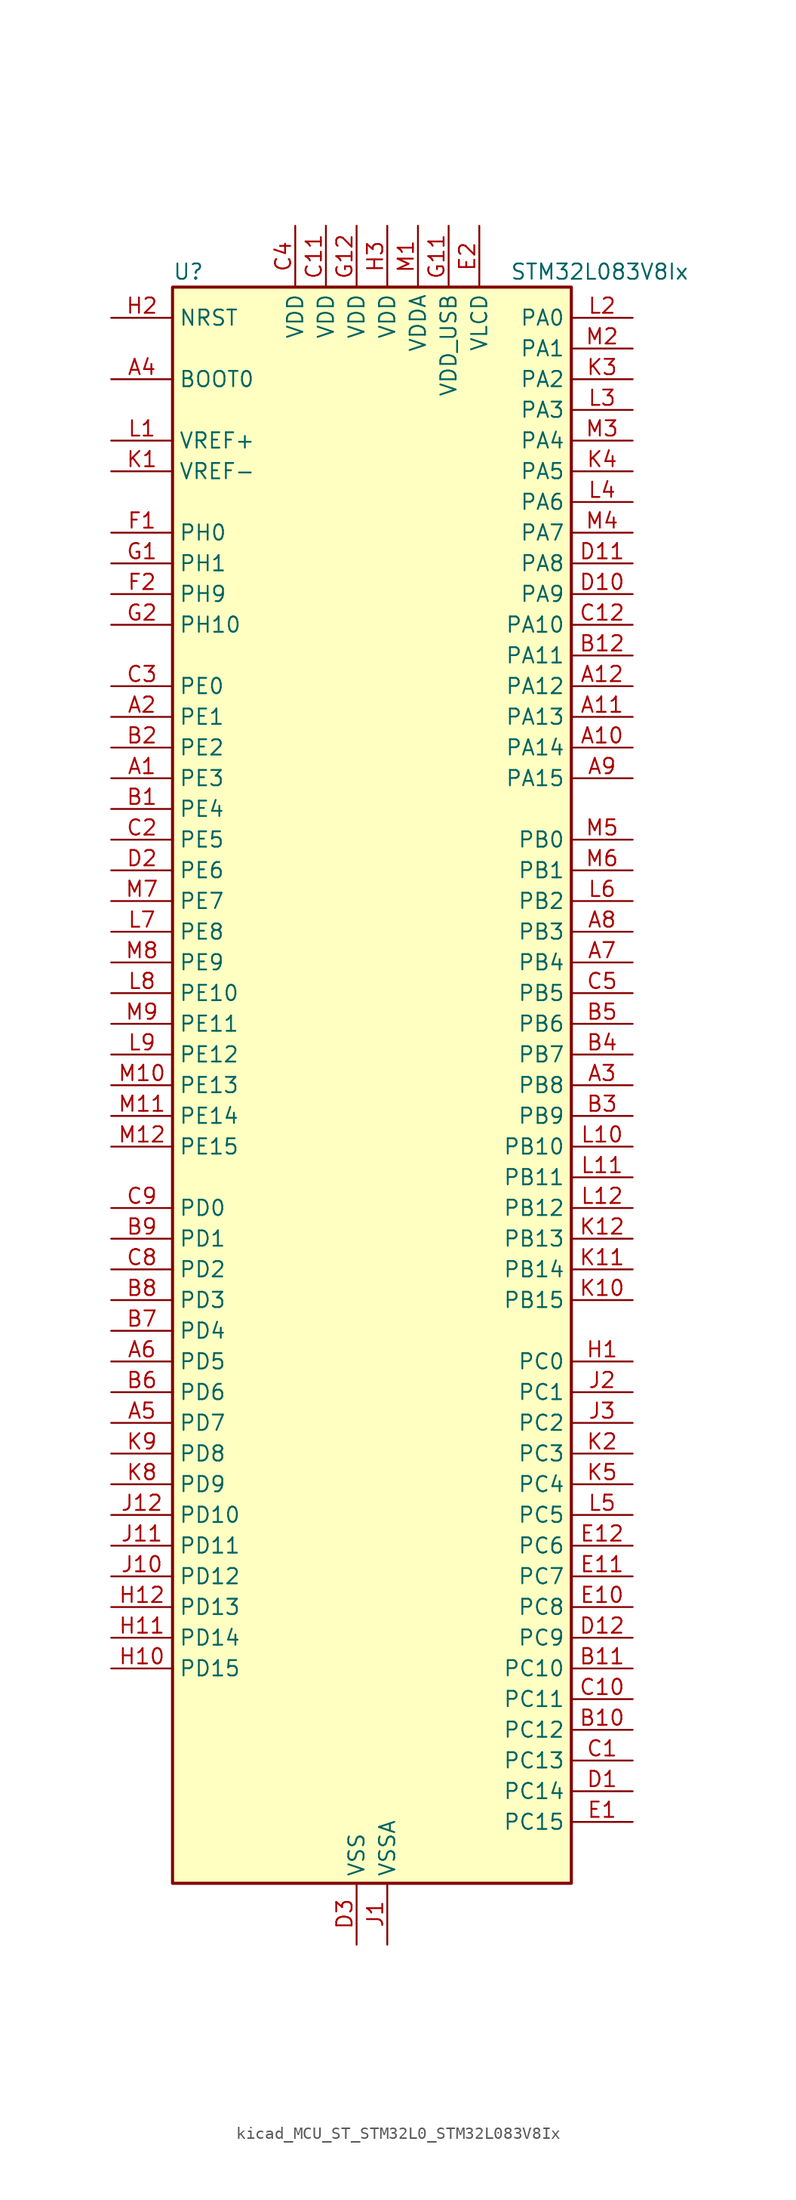
<source format=kicad_sym>
(kicad_symbol_lib
  (version 20220914)
  (generator kicad_symbol_editor)
  (symbol "kicad_MCU_ST_STM32L0_STM32L083V8Ix"
    (property "Reference" "U"
      (at -15.24 67.31 0)
      (effects (font (size 1.27 1.27)) (justify left)))
    (property "Value" "STM32L083V8Ix"
      (at 12.7 67.31 0)
      (effects (font (size 1.27 1.27)) (justify left)))
    (property "ki_locked" ""
      (at 0 0 0)
      (effects (font (size 1.27 1.27))))
    (symbol "kicad_MCU_ST_STM32L0_STM32L083V8Ix_0_1"
      (rectangle (start -15.24 -66.04) (end 17.78 66.04) (stroke (width 0.254) (type default)) (fill (type background))))
    (symbol "kicad_MCU_ST_STM32L0_STM32L083V8Ix_1_1"
      (pin bidirectional line (at -20.32 25.4 0) (length 5.08) (name "PE3" (effects (font (size 1.27 1.27)))) (number "A1" (effects (font (size 1.27 1.27)))) (alternate "LCD_SEG39" bidirectional line) (alternate "TIM22_CH1" bidirectional line) (alternate "TIM3_CH1" bidirectional line))
      (pin bidirectional line (at 22.86 27.94 180) (length 5.08) (name "PA14" (effects (font (size 1.27 1.27)))) (number "A10" (effects (font (size 1.27 1.27)))) (alternate "LPUART1_TX" bidirectional line) (alternate "SYS_SWCLK" bidirectional line) (alternate "USART2_TX" bidirectional line))
      (pin bidirectional line (at 22.86 30.48 180) (length 5.08) (name "PA13" (effects (font (size 1.27 1.27)))) (number "A11" (effects (font (size 1.27 1.27)))) (alternate "LPUART1_RX" bidirectional line) (alternate "SYS_SWDIO" bidirectional line) (alternate "USB_NOE" bidirectional line))
      (pin bidirectional line (at 22.86 33.02 180) (length 5.08) (name "PA12" (effects (font (size 1.27 1.27)))) (number "A12" (effects (font (size 1.27 1.27)))) (alternate "COMP2_OUT" bidirectional line) (alternate "SPI1_MOSI" bidirectional line) (alternate "TSC_G4_IO4" bidirectional line) (alternate "USART1_DE" bidirectional line) (alternate "USART1_RTS" bidirectional line) (alternate "USB_DP" bidirectional line))
      (pin bidirectional line (at -20.32 30.48 0) (length 5.08) (name "PE1" (effects (font (size 1.27 1.27)))) (number "A2" (effects (font (size 1.27 1.27)))) (alternate "LCD_SEG37" bidirectional line))
      (pin bidirectional line (at 22.86 0 180) (length 5.08) (name "PB8" (effects (font (size 1.27 1.27)))) (number "A3" (effects (font (size 1.27 1.27)))) (alternate "I2C1_SCL" bidirectional line) (alternate "LCD_SEG16" bidirectional line) (alternate "TSC_SYNC" bidirectional line))
      (pin input line (at -20.32 58.42 0) (length 5.08) (name "BOOT0" (effects (font (size 1.27 1.27)))) (number "A4" (effects (font (size 1.27 1.27)))))
      (pin bidirectional line (at -20.32 -27.94 0) (length 5.08) (name "PD7" (effects (font (size 1.27 1.27)))) (number "A5" (effects (font (size 1.27 1.27)))) (alternate "TIM21_CH2" bidirectional line) (alternate "USART2_CK" bidirectional line))
      (pin bidirectional line (at -20.32 -22.86 0) (length 5.08) (name "PD5" (effects (font (size 1.27 1.27)))) (number "A6" (effects (font (size 1.27 1.27)))) (alternate "USART2_TX" bidirectional line))
      (pin bidirectional line (at 22.86 10.16 180) (length 5.08) (name "PB4" (effects (font (size 1.27 1.27)))) (number "A7" (effects (font (size 1.27 1.27)))) (alternate "COMP2_INP" bidirectional line) (alternate "I2C3_SDA" bidirectional line) (alternate "LCD_SEG8" bidirectional line) (alternate "SPI1_MISO" bidirectional line) (alternate "TIM22_CH1" bidirectional line) (alternate "TIM3_CH1" bidirectional line) (alternate "TSC_G5_IO2" bidirectional line) (alternate "USART1_CTS" bidirectional line) (alternate "USART5_RX" bidirectional line))
      (pin bidirectional line (at 22.86 12.7 180) (length 5.08) (name "PB3" (effects (font (size 1.27 1.27)))) (number "A8" (effects (font (size 1.27 1.27)))) (alternate "COMP2_INM" bidirectional line) (alternate "LCD_SEG7" bidirectional line) (alternate "SPI1_SCK" bidirectional line) (alternate "TIM2_CH2" bidirectional line) (alternate "TSC_G5_IO1" bidirectional line) (alternate "USART1_DE" bidirectional line) (alternate "USART1_RTS" bidirectional line) (alternate "USART5_TX" bidirectional line))
      (pin bidirectional line (at 22.86 25.4 180) (length 5.08) (name "PA15" (effects (font (size 1.27 1.27)))) (number "A9" (effects (font (size 1.27 1.27)))) (alternate "LCD_SEG17" bidirectional line) (alternate "SPI1_NSS" bidirectional line) (alternate "TIM2_CH1" bidirectional line) (alternate "TIM2_ETR" bidirectional line) (alternate "USART2_RX" bidirectional line) (alternate "USART4_DE" bidirectional line) (alternate "USART4_RTS" bidirectional line))
      (pin bidirectional line (at -20.32 22.86 0) (length 5.08) (name "PE4" (effects (font (size 1.27 1.27)))) (number "B1" (effects (font (size 1.27 1.27)))) (alternate "TIM22_CH2" bidirectional line) (alternate "TIM3_CH2" bidirectional line))
      (pin bidirectional line (at 22.86 -53.34 180) (length 5.08) (name "PC12" (effects (font (size 1.27 1.27)))) (number "B10" (effects (font (size 1.27 1.27)))) (alternate "LCD_COM6" bidirectional line) (alternate "LCD_SEG30" bidirectional line) (alternate "LCD_SEG50" bidirectional line) (alternate "USART4_CK" bidirectional line) (alternate "USART5_TX" bidirectional line))
      (pin bidirectional line (at 22.86 -48.26 180) (length 5.08) (name "PC10" (effects (font (size 1.27 1.27)))) (number "B11" (effects (font (size 1.27 1.27)))) (alternate "LCD_COM4" bidirectional line) (alternate "LCD_SEG28" bidirectional line) (alternate "LCD_SEG48" bidirectional line) (alternate "LPUART1_TX" bidirectional line) (alternate "USART4_TX" bidirectional line))
      (pin bidirectional line (at 22.86 35.56 180) (length 5.08) (name "PA11" (effects (font (size 1.27 1.27)))) (number "B12" (effects (font (size 1.27 1.27)))) (alternate "ADC_EXTI11" bidirectional line) (alternate "COMP1_OUT" bidirectional line) (alternate "SPI1_MISO" bidirectional line) (alternate "TSC_G4_IO3" bidirectional line) (alternate "USART1_CTS" bidirectional line) (alternate "USB_DM" bidirectional line))
      (pin bidirectional line (at -20.32 27.94 0) (length 5.08) (name "PE2" (effects (font (size 1.27 1.27)))) (number "B2" (effects (font (size 1.27 1.27)))) (alternate "LCD_SEG38" bidirectional line) (alternate "TIM3_ETR" bidirectional line))
      (pin bidirectional line (at 22.86 -2.54 180) (length 5.08) (name "PB9" (effects (font (size 1.27 1.27)))) (number "B3" (effects (font (size 1.27 1.27)))) (alternate "DAC_EXTI9" bidirectional line) (alternate "I2C1_SDA" bidirectional line) (alternate "I2S2_WS" bidirectional line) (alternate "LCD_COM3" bidirectional line) (alternate "SPI2_NSS" bidirectional line))
      (pin bidirectional line (at 22.86 2.54 180) (length 5.08) (name "PB7" (effects (font (size 1.27 1.27)))) (number "B4" (effects (font (size 1.27 1.27)))) (alternate "COMP2_INP" bidirectional line) (alternate "I2C1_SDA" bidirectional line) (alternate "LPTIM1_IN2" bidirectional line) (alternate "SYS_PVD_IN" bidirectional line) (alternate "TSC_G5_IO4" bidirectional line) (alternate "USART1_RX" bidirectional line) (alternate "USART4_CTS" bidirectional line))
      (pin bidirectional line (at 22.86 5.08 180) (length 5.08) (name "PB6" (effects (font (size 1.27 1.27)))) (number "B5" (effects (font (size 1.27 1.27)))) (alternate "COMP2_INP" bidirectional line) (alternate "I2C1_SCL" bidirectional line) (alternate "LPTIM1_ETR" bidirectional line) (alternate "TSC_G5_IO3" bidirectional line) (alternate "USART1_TX" bidirectional line))
      (pin bidirectional line (at -20.32 -25.4 0) (length 5.08) (name "PD6" (effects (font (size 1.27 1.27)))) (number "B6" (effects (font (size 1.27 1.27)))) (alternate "USART2_RX" bidirectional line))
      (pin bidirectional line (at -20.32 -20.32 0) (length 5.08) (name "PD4" (effects (font (size 1.27 1.27)))) (number "B7" (effects (font (size 1.27 1.27)))) (alternate "I2S2_SD" bidirectional line) (alternate "SPI2_MOSI" bidirectional line) (alternate "USART2_DE" bidirectional line) (alternate "USART2_RTS" bidirectional line))
      (pin bidirectional line (at -20.32 -17.78 0) (length 5.08) (name "PD3" (effects (font (size 1.27 1.27)))) (number "B8" (effects (font (size 1.27 1.27)))) (alternate "I2S2_MCK" bidirectional line) (alternate "LCD_SEG44" bidirectional line) (alternate "SPI2_MISO" bidirectional line) (alternate "USART2_CTS" bidirectional line))
      (pin bidirectional line (at -20.32 -12.7 0) (length 5.08) (name "PD1" (effects (font (size 1.27 1.27)))) (number "B9" (effects (font (size 1.27 1.27)))) (alternate "I2S2_CK" bidirectional line) (alternate "SPI2_SCK" bidirectional line))
      (pin bidirectional line (at 22.86 -55.88 180) (length 5.08) (name "PC13" (effects (font (size 1.27 1.27)))) (number "C1" (effects (font (size 1.27 1.27)))) (alternate "RTC_OUT_ALARM" bidirectional line) (alternate "RTC_OUT_CALIB" bidirectional line) (alternate "RTC_TAMP1" bidirectional line) (alternate "RTC_TS" bidirectional line) (alternate "SYS_WKUP2" bidirectional line))
      (pin bidirectional line (at 22.86 -50.8 180) (length 5.08) (name "PC11" (effects (font (size 1.27 1.27)))) (number "C10" (effects (font (size 1.27 1.27)))) (alternate "ADC_EXTI11" bidirectional line) (alternate "LCD_COM5" bidirectional line) (alternate "LCD_SEG29" bidirectional line) (alternate "LCD_SEG49" bidirectional line) (alternate "LPUART1_RX" bidirectional line) (alternate "USART4_RX" bidirectional line))
      (pin power_in line (at -2.54 71.12 270) (length 5.08) (name "VDD" (effects (font (size 1.27 1.27)))) (number "C11" (effects (font (size 1.27 1.27)))))
      (pin bidirectional line (at 22.86 38.1 180) (length 5.08) (name "PA10" (effects (font (size 1.27 1.27)))) (number "C12" (effects (font (size 1.27 1.27)))) (alternate "I2C1_SDA" bidirectional line) (alternate "LCD_COM2" bidirectional line) (alternate "TSC_G4_IO2" bidirectional line) (alternate "USART1_RX" bidirectional line))
      (pin bidirectional line (at -20.32 20.32 0) (length 5.08) (name "PE5" (effects (font (size 1.27 1.27)))) (number "C2" (effects (font (size 1.27 1.27)))) (alternate "TIM21_CH1" bidirectional line) (alternate "TIM3_CH3" bidirectional line))
      (pin bidirectional line (at -20.32 33.02 0) (length 5.08) (name "PE0" (effects (font (size 1.27 1.27)))) (number "C3" (effects (font (size 1.27 1.27)))) (alternate "LCD_SEG36" bidirectional line))
      (pin power_in line (at -5.08 71.12 270) (length 5.08) (name "VDD" (effects (font (size 1.27 1.27)))) (number "C4" (effects (font (size 1.27 1.27)))))
      (pin bidirectional line (at 22.86 7.62 180) (length 5.08) (name "PB5" (effects (font (size 1.27 1.27)))) (number "C5" (effects (font (size 1.27 1.27)))) (alternate "COMP2_INP" bidirectional line) (alternate "I2C1_SMBA" bidirectional line) (alternate "LCD_SEG9" bidirectional line) (alternate "LPTIM1_IN1" bidirectional line) (alternate "SPI1_MOSI" bidirectional line) (alternate "TIM22_CH2" bidirectional line) (alternate "TIM3_CH2" bidirectional line) (alternate "USART1_CK" bidirectional line) (alternate "USART5_CK" bidirectional line) (alternate "USART5_DE" bidirectional line) (alternate "USART5_RTS" bidirectional line))
      (pin bidirectional line (at -20.32 -15.24 0) (length 5.08) (name "PD2" (effects (font (size 1.27 1.27)))) (number "C8" (effects (font (size 1.27 1.27)))) (alternate "LCD_COM7" bidirectional line) (alternate "LCD_SEG31" bidirectional line) (alternate "LCD_SEG51" bidirectional line) (alternate "LPUART1_DE" bidirectional line) (alternate "LPUART1_RTS" bidirectional line) (alternate "TIM3_ETR" bidirectional line) (alternate "USART5_RX" bidirectional line))
      (pin bidirectional line (at -20.32 -10.16 0) (length 5.08) (name "PD0" (effects (font (size 1.27 1.27)))) (number "C9" (effects (font (size 1.27 1.27)))) (alternate "I2S2_WS" bidirectional line) (alternate "SPI2_NSS" bidirectional line) (alternate "TIM21_CH1" bidirectional line))
      (pin bidirectional line (at 22.86 -58.42 180) (length 5.08) (name "PC14" (effects (font (size 1.27 1.27)))) (number "D1" (effects (font (size 1.27 1.27)))) (alternate "RCC_OSC32_IN" bidirectional line))
      (pin bidirectional line (at 22.86 40.64 180) (length 5.08) (name "PA9" (effects (font (size 1.27 1.27)))) (number "D10" (effects (font (size 1.27 1.27)))) (alternate "DAC_EXTI9" bidirectional line) (alternate "I2C1_SCL" bidirectional line) (alternate "I2C3_SMBA" bidirectional line) (alternate "LCD_COM1" bidirectional line) (alternate "RCC_MCO" bidirectional line) (alternate "TSC_G4_IO1" bidirectional line) (alternate "USART1_TX" bidirectional line))
      (pin bidirectional line (at 22.86 43.18 180) (length 5.08) (name "PA8" (effects (font (size 1.27 1.27)))) (number "D11" (effects (font (size 1.27 1.27)))) (alternate "CRS_SYNC" bidirectional line) (alternate "I2C3_SCL" bidirectional line) (alternate "LCD_COM0" bidirectional line) (alternate "RCC_MCO" bidirectional line) (alternate "USART1_CK" bidirectional line))
      (pin bidirectional line (at 22.86 -45.72 180) (length 5.08) (name "PC9" (effects (font (size 1.27 1.27)))) (number "D12" (effects (font (size 1.27 1.27)))) (alternate "DAC_EXTI9" bidirectional line) (alternate "I2C3_SDA" bidirectional line) (alternate "LCD_SEG27" bidirectional line) (alternate "TIM21_ETR" bidirectional line) (alternate "TIM3_CH4" bidirectional line) (alternate "TSC_G8_IO4" bidirectional line) (alternate "USB_NOE" bidirectional line))
      (pin bidirectional line (at -20.32 17.78 0) (length 5.08) (name "PE6" (effects (font (size 1.27 1.27)))) (number "D2" (effects (font (size 1.27 1.27)))) (alternate "RTC_TAMP3" bidirectional line) (alternate "SYS_WKUP3" bidirectional line) (alternate "TIM21_CH2" bidirectional line) (alternate "TIM3_CH4" bidirectional line))
      (pin power_in line (at 0 -71.12 90) (length 5.08) (name "VSS" (effects (font (size 1.27 1.27)))) (number "D3" (effects (font (size 1.27 1.27)))))
      (pin bidirectional line (at 22.86 -60.96 180) (length 5.08) (name "PC15" (effects (font (size 1.27 1.27)))) (number "E1" (effects (font (size 1.27 1.27)))) (alternate "RCC_OSC32_OUT" bidirectional line))
      (pin bidirectional line (at 22.86 -43.18 180) (length 5.08) (name "PC8" (effects (font (size 1.27 1.27)))) (number "E10" (effects (font (size 1.27 1.27)))) (alternate "LCD_SEG26" bidirectional line) (alternate "TIM22_ETR" bidirectional line) (alternate "TIM3_CH3" bidirectional line) (alternate "TSC_G8_IO3" bidirectional line))
      (pin bidirectional line (at 22.86 -40.64 180) (length 5.08) (name "PC7" (effects (font (size 1.27 1.27)))) (number "E11" (effects (font (size 1.27 1.27)))) (alternate "LCD_SEG25" bidirectional line) (alternate "TIM22_CH2" bidirectional line) (alternate "TIM3_CH2" bidirectional line) (alternate "TSC_G8_IO2" bidirectional line))
      (pin bidirectional line (at 22.86 -38.1 180) (length 5.08) (name "PC6" (effects (font (size 1.27 1.27)))) (number "E12" (effects (font (size 1.27 1.27)))) (alternate "LCD_SEG24" bidirectional line) (alternate "TIM22_CH1" bidirectional line) (alternate "TIM3_CH1" bidirectional line) (alternate "TSC_G8_IO1" bidirectional line))
      (pin power_in line (at 10.16 71.12 270) (length 5.08) (name "VLCD" (effects (font (size 1.27 1.27)))) (number "E2" (effects (font (size 1.27 1.27)))))
      (pin passive line (at 0 -71.12 90) (length 5.08) hide (name "VSS" (effects (font (size 1.27 1.27)))) (number "E3" (effects (font (size 1.27 1.27)))))
      (pin bidirectional line (at -20.32 45.72 0) (length 5.08) (name "PH0" (effects (font (size 1.27 1.27)))) (number "F1" (effects (font (size 1.27 1.27)))) (alternate "CRS_SYNC" bidirectional line) (alternate "RCC_OSC_IN" bidirectional line))
      (pin passive line (at 0 -71.12 90) (length 5.08) hide (name "VSS" (effects (font (size 1.27 1.27)))) (number "F11" (effects (font (size 1.27 1.27)))))
      (pin passive line (at 0 -71.12 90) (length 5.08) hide (name "VSS" (effects (font (size 1.27 1.27)))) (number "F12" (effects (font (size 1.27 1.27)))))
      (pin bidirectional line (at -20.32 40.64 0) (length 5.08) (name "PH9" (effects (font (size 1.27 1.27)))) (number "F2" (effects (font (size 1.27 1.27)))) (alternate "DAC_EXTI9" bidirectional line))
      (pin bidirectional line (at -20.32 43.18 0) (length 5.08) (name "PH1" (effects (font (size 1.27 1.27)))) (number "G1" (effects (font (size 1.27 1.27)))) (alternate "RCC_OSC_OUT" bidirectional line))
      (pin power_in line (at 7.62 71.12 270) (length 5.08) (name "VDD_USB" (effects (font (size 1.27 1.27)))) (number "G11" (effects (font (size 1.27 1.27)))))
      (pin power_in line (at 0 71.12 270) (length 5.08) (name "VDD" (effects (font (size 1.27 1.27)))) (number "G12" (effects (font (size 1.27 1.27)))))
      (pin bidirectional line (at -20.32 38.1 0) (length 5.08) (name "PH10" (effects (font (size 1.27 1.27)))) (number "G2" (effects (font (size 1.27 1.27)))))
      (pin bidirectional line (at 22.86 -22.86 180) (length 5.08) (name "PC0" (effects (font (size 1.27 1.27)))) (number "H1" (effects (font (size 1.27 1.27)))) (alternate "ADC_IN10" bidirectional line) (alternate "I2C3_SCL" bidirectional line) (alternate "LCD_SEG18" bidirectional line) (alternate "LPTIM1_IN1" bidirectional line) (alternate "LPUART1_RX" bidirectional line) (alternate "TSC_G7_IO1" bidirectional line))
      (pin bidirectional line (at -20.32 -48.26 0) (length 5.08) (name "PD15" (effects (font (size 1.27 1.27)))) (number "H10" (effects (font (size 1.27 1.27)))) (alternate "CRS_SYNC" bidirectional line) (alternate "LCD_SEG35" bidirectional line))
      (pin bidirectional line (at -20.32 -45.72 0) (length 5.08) (name "PD14" (effects (font (size 1.27 1.27)))) (number "H11" (effects (font (size 1.27 1.27)))) (alternate "LCD_SEG34" bidirectional line))
      (pin bidirectional line (at -20.32 -43.18 0) (length 5.08) (name "PD13" (effects (font (size 1.27 1.27)))) (number "H12" (effects (font (size 1.27 1.27)))) (alternate "LCD_SEG33" bidirectional line))
      (pin input line (at -20.32 63.5 0) (length 5.08) (name "NRST" (effects (font (size 1.27 1.27)))) (number "H2" (effects (font (size 1.27 1.27)))))
      (pin power_in line (at 2.54 71.12 270) (length 5.08) (name "VDD" (effects (font (size 1.27 1.27)))) (number "H3" (effects (font (size 1.27 1.27)))))
      (pin power_in line (at 2.54 -71.12 90) (length 5.08) (name "VSSA" (effects (font (size 1.27 1.27)))) (number "J1" (effects (font (size 1.27 1.27)))))
      (pin bidirectional line (at -20.32 -40.64 0) (length 5.08) (name "PD12" (effects (font (size 1.27 1.27)))) (number "J10" (effects (font (size 1.27 1.27)))) (alternate "LCD_SEG32" bidirectional line) (alternate "LPUART1_DE" bidirectional line) (alternate "LPUART1_RTS" bidirectional line))
      (pin bidirectional line (at -20.32 -38.1 0) (length 5.08) (name "PD11" (effects (font (size 1.27 1.27)))) (number "J11" (effects (font (size 1.27 1.27)))) (alternate "ADC_EXTI11" bidirectional line) (alternate "LCD_SEG31" bidirectional line) (alternate "LPUART1_CTS" bidirectional line))
      (pin bidirectional line (at -20.32 -35.56 0) (length 5.08) (name "PD10" (effects (font (size 1.27 1.27)))) (number "J12" (effects (font (size 1.27 1.27)))) (alternate "LCD_SEG30" bidirectional line))
      (pin bidirectional line (at 22.86 -25.4 180) (length 5.08) (name "PC1" (effects (font (size 1.27 1.27)))) (number "J2" (effects (font (size 1.27 1.27)))) (alternate "ADC_IN11" bidirectional line) (alternate "I2C3_SDA" bidirectional line) (alternate "LCD_SEG19" bidirectional line) (alternate "LPTIM1_OUT" bidirectional line) (alternate "LPUART1_TX" bidirectional line) (alternate "TSC_G7_IO2" bidirectional line))
      (pin bidirectional line (at 22.86 -27.94 180) (length 5.08) (name "PC2" (effects (font (size 1.27 1.27)))) (number "J3" (effects (font (size 1.27 1.27)))) (alternate "ADC_IN12" bidirectional line) (alternate "I2S2_MCK" bidirectional line) (alternate "LCD_SEG20" bidirectional line) (alternate "LPTIM1_IN2" bidirectional line) (alternate "SPI2_MISO" bidirectional line) (alternate "TSC_G7_IO3" bidirectional line))
      (pin input line (at -20.32 50.8 0) (length 5.08) (name "VREF-" (effects (font (size 1.27 1.27)))) (number "K1" (effects (font (size 1.27 1.27)))))
      (pin bidirectional line (at 22.86 -17.78 180) (length 5.08) (name "PB15" (effects (font (size 1.27 1.27)))) (number "K10" (effects (font (size 1.27 1.27)))) (alternate "I2S2_SD" bidirectional line) (alternate "LCD_SEG15" bidirectional line) (alternate "RTC_REFIN" bidirectional line) (alternate "SPI2_MOSI" bidirectional line))
      (pin bidirectional line (at 22.86 -15.24 180) (length 5.08) (name "PB14" (effects (font (size 1.27 1.27)))) (number "K11" (effects (font (size 1.27 1.27)))) (alternate "I2C2_SDA" bidirectional line) (alternate "I2S2_MCK" bidirectional line) (alternate "LCD_SEG14" bidirectional line) (alternate "LPUART1_DE" bidirectional line) (alternate "LPUART1_RTS" bidirectional line) (alternate "RTC_OUT_ALARM" bidirectional line) (alternate "RTC_OUT_CALIB" bidirectional line) (alternate "SPI2_MISO" bidirectional line) (alternate "TIM21_CH2" bidirectional line) (alternate "TSC_G6_IO4" bidirectional line))
      (pin bidirectional line (at 22.86 -12.7 180) (length 5.08) (name "PB13" (effects (font (size 1.27 1.27)))) (number "K12" (effects (font (size 1.27 1.27)))) (alternate "I2C2_SCL" bidirectional line) (alternate "I2S2_CK" bidirectional line) (alternate "LCD_SEG13" bidirectional line) (alternate "LPUART1_CTS" bidirectional line) (alternate "RCC_MCO" bidirectional line) (alternate "SPI2_SCK" bidirectional line) (alternate "TIM21_CH1" bidirectional line) (alternate "TSC_G6_IO3" bidirectional line))
      (pin bidirectional line (at 22.86 -30.48 180) (length 5.08) (name "PC3" (effects (font (size 1.27 1.27)))) (number "K2" (effects (font (size 1.27 1.27)))) (alternate "ADC_IN13" bidirectional line) (alternate "I2S2_SD" bidirectional line) (alternate "LCD_SEG21" bidirectional line) (alternate "LPTIM1_ETR" bidirectional line) (alternate "SPI2_MOSI" bidirectional line) (alternate "TSC_G7_IO4" bidirectional line))
      (pin bidirectional line (at 22.86 58.42 180) (length 5.08) (name "PA2" (effects (font (size 1.27 1.27)))) (number "K3" (effects (font (size 1.27 1.27)))) (alternate "ADC_IN2" bidirectional line) (alternate "COMP2_INM" bidirectional line) (alternate "COMP2_OUT" bidirectional line) (alternate "LCD_SEG1" bidirectional line) (alternate "LPUART1_TX" bidirectional line) (alternate "TIM21_CH1" bidirectional line) (alternate "TIM2_CH3" bidirectional line) (alternate "TSC_G1_IO3" bidirectional line) (alternate "USART2_TX" bidirectional line))
      (pin bidirectional line (at 22.86 50.8 180) (length 5.08) (name "PA5" (effects (font (size 1.27 1.27)))) (number "K4" (effects (font (size 1.27 1.27)))) (alternate "ADC_IN5" bidirectional line) (alternate "COMP1_INM" bidirectional line) (alternate "COMP2_INM" bidirectional line) (alternate "DAC_OUT2" bidirectional line) (alternate "SPI1_SCK" bidirectional line) (alternate "TIM2_CH1" bidirectional line) (alternate "TIM2_ETR" bidirectional line) (alternate "TSC_G2_IO2" bidirectional line))
      (pin bidirectional line (at 22.86 -33.02 180) (length 5.08) (name "PC4" (effects (font (size 1.27 1.27)))) (number "K5" (effects (font (size 1.27 1.27)))) (alternate "ADC_IN14" bidirectional line) (alternate "LCD_SEG22" bidirectional line) (alternate "LPUART1_TX" bidirectional line))
      (pin bidirectional line (at -20.32 -33.02 0) (length 5.08) (name "PD9" (effects (font (size 1.27 1.27)))) (number "K8" (effects (font (size 1.27 1.27)))) (alternate "DAC_EXTI9" bidirectional line) (alternate "LCD_SEG29" bidirectional line) (alternate "LPUART1_RX" bidirectional line))
      (pin bidirectional line (at -20.32 -30.48 0) (length 5.08) (name "PD8" (effects (font (size 1.27 1.27)))) (number "K9" (effects (font (size 1.27 1.27)))) (alternate "LCD_SEG28" bidirectional line) (alternate "LPUART1_TX" bidirectional line))
      (pin input line (at -20.32 53.34 0) (length 5.08) (name "VREF+" (effects (font (size 1.27 1.27)))) (number "L1" (effects (font (size 1.27 1.27)))))
      (pin bidirectional line (at 22.86 -5.08 180) (length 5.08) (name "PB10" (effects (font (size 1.27 1.27)))) (number "L10" (effects (font (size 1.27 1.27)))) (alternate "I2C2_SCL" bidirectional line) (alternate "LCD_SEG10" bidirectional line) (alternate "LPUART1_RX" bidirectional line) (alternate "LPUART1_TX" bidirectional line) (alternate "SPI2_SCK" bidirectional line) (alternate "TIM2_CH3" bidirectional line) (alternate "TSC_SYNC" bidirectional line))
      (pin bidirectional line (at 22.86 -7.62 180) (length 5.08) (name "PB11" (effects (font (size 1.27 1.27)))) (number "L11" (effects (font (size 1.27 1.27)))) (alternate "ADC_EXTI11" bidirectional line) (alternate "I2C2_SDA" bidirectional line) (alternate "LCD_SEG11" bidirectional line) (alternate "LPUART1_RX" bidirectional line) (alternate "LPUART1_TX" bidirectional line) (alternate "TIM2_CH4" bidirectional line) (alternate "TSC_G6_IO1" bidirectional line))
      (pin bidirectional line (at 22.86 -10.16 180) (length 5.08) (name "PB12" (effects (font (size 1.27 1.27)))) (number "L12" (effects (font (size 1.27 1.27)))) (alternate "I2S2_WS" bidirectional line) (alternate "LCD_SEG12" bidirectional line) (alternate "LCD_VLCD2" bidirectional line) (alternate "LPUART1_DE" bidirectional line) (alternate "LPUART1_RTS" bidirectional line) (alternate "SPI2_NSS" bidirectional line) (alternate "TSC_G6_IO2" bidirectional line))
      (pin bidirectional line (at 22.86 63.5 180) (length 5.08) (name "PA0" (effects (font (size 1.27 1.27)))) (number "L2" (effects (font (size 1.27 1.27)))) (alternate "ADC_IN0" bidirectional line) (alternate "COMP1_INM" bidirectional line) (alternate "COMP1_OUT" bidirectional line) (alternate "RTC_TAMP2" bidirectional line) (alternate "SYS_WKUP1" bidirectional line) (alternate "TIM2_CH1" bidirectional line) (alternate "TIM2_ETR" bidirectional line) (alternate "TSC_G1_IO1" bidirectional line) (alternate "USART2_CTS" bidirectional line) (alternate "USART4_TX" bidirectional line))
      (pin bidirectional line (at 22.86 55.88 180) (length 5.08) (name "PA3" (effects (font (size 1.27 1.27)))) (number "L3" (effects (font (size 1.27 1.27)))) (alternate "ADC_IN3" bidirectional line) (alternate "COMP2_INP" bidirectional line) (alternate "LCD_SEG2" bidirectional line) (alternate "LPUART1_RX" bidirectional line) (alternate "TIM21_CH2" bidirectional line) (alternate "TIM2_CH4" bidirectional line) (alternate "TSC_G1_IO4" bidirectional line) (alternate "USART2_RX" bidirectional line))
      (pin bidirectional line (at 22.86 48.26 180) (length 5.08) (name "PA6" (effects (font (size 1.27 1.27)))) (number "L4" (effects (font (size 1.27 1.27)))) (alternate "ADC_IN6" bidirectional line) (alternate "COMP1_OUT" bidirectional line) (alternate "LCD_SEG3" bidirectional line) (alternate "LPUART1_CTS" bidirectional line) (alternate "SPI1_MISO" bidirectional line) (alternate "TIM22_CH1" bidirectional line) (alternate "TIM3_CH1" bidirectional line) (alternate "TSC_G2_IO3" bidirectional line))
      (pin bidirectional line (at 22.86 -35.56 180) (length 5.08) (name "PC5" (effects (font (size 1.27 1.27)))) (number "L5" (effects (font (size 1.27 1.27)))) (alternate "ADC_IN15" bidirectional line) (alternate "LCD_SEG23" bidirectional line) (alternate "LPUART1_RX" bidirectional line) (alternate "TSC_G3_IO1" bidirectional line))
      (pin bidirectional line (at 22.86 15.24 180) (length 5.08) (name "PB2" (effects (font (size 1.27 1.27)))) (number "L6" (effects (font (size 1.27 1.27)))) (alternate "I2C3_SMBA" bidirectional line) (alternate "LCD_VLCD2" bidirectional line) (alternate "LPTIM1_OUT" bidirectional line) (alternate "TSC_G3_IO4" bidirectional line))
      (pin bidirectional line (at -20.32 12.7 0) (length 5.08) (name "PE8" (effects (font (size 1.27 1.27)))) (number "L7" (effects (font (size 1.27 1.27)))) (alternate "LCD_SEG46" bidirectional line) (alternate "USART4_TX" bidirectional line))
      (pin bidirectional line (at -20.32 7.62 0) (length 5.08) (name "PE10" (effects (font (size 1.27 1.27)))) (number "L8" (effects (font (size 1.27 1.27)))) (alternate "LCD_SEG40" bidirectional line) (alternate "TIM2_CH2" bidirectional line) (alternate "USART5_TX" bidirectional line))
      (pin bidirectional line (at -20.32 2.54 0) (length 5.08) (name "PE12" (effects (font (size 1.27 1.27)))) (number "L9" (effects (font (size 1.27 1.27)))) (alternate "LCD_VLCD3" bidirectional line) (alternate "SPI1_NSS" bidirectional line) (alternate "TIM2_CH4" bidirectional line))
      (pin power_in line (at 5.08 71.12 270) (length 5.08) (name "VDDA" (effects (font (size 1.27 1.27)))) (number "M1" (effects (font (size 1.27 1.27)))))
      (pin bidirectional line (at -20.32 0 0) (length 5.08) (name "PE13" (effects (font (size 1.27 1.27)))) (number "M10" (effects (font (size 1.27 1.27)))) (alternate "LCD_SEG41" bidirectional line) (alternate "SPI1_SCK" bidirectional line))
      (pin bidirectional line (at -20.32 -2.54 0) (length 5.08) (name "PE14" (effects (font (size 1.27 1.27)))) (number "M11" (effects (font (size 1.27 1.27)))) (alternate "LCD_SEG42" bidirectional line) (alternate "SPI1_MISO" bidirectional line))
      (pin bidirectional line (at -20.32 -5.08 0) (length 5.08) (name "PE15" (effects (font (size 1.27 1.27)))) (number "M12" (effects (font (size 1.27 1.27)))) (alternate "LCD_SEG43" bidirectional line) (alternate "SPI1_MOSI" bidirectional line))
      (pin bidirectional line (at 22.86 60.96 180) (length 5.08) (name "PA1" (effects (font (size 1.27 1.27)))) (number "M2" (effects (font (size 1.27 1.27)))) (alternate "ADC_IN1" bidirectional line) (alternate "COMP1_INP" bidirectional line) (alternate "LCD_SEG0" bidirectional line) (alternate "TIM21_ETR" bidirectional line) (alternate "TIM2_CH2" bidirectional line) (alternate "TSC_G1_IO2" bidirectional line) (alternate "USART2_DE" bidirectional line) (alternate "USART2_RTS" bidirectional line) (alternate "USART4_RX" bidirectional line))
      (pin bidirectional line (at 22.86 53.34 180) (length 5.08) (name "PA4" (effects (font (size 1.27 1.27)))) (number "M3" (effects (font (size 1.27 1.27)))) (alternate "ADC_IN4" bidirectional line) (alternate "COMP1_INM" bidirectional line) (alternate "COMP2_INM" bidirectional line) (alternate "DAC_OUT1" bidirectional line) (alternate "SPI1_NSS" bidirectional line) (alternate "TIM22_ETR" bidirectional line) (alternate "TSC_G2_IO1" bidirectional line) (alternate "USART2_CK" bidirectional line))
      (pin bidirectional line (at 22.86 45.72 180) (length 5.08) (name "PA7" (effects (font (size 1.27 1.27)))) (number "M4" (effects (font (size 1.27 1.27)))) (alternate "ADC_IN7" bidirectional line) (alternate "COMP2_OUT" bidirectional line) (alternate "LCD_SEG4" bidirectional line) (alternate "SPI1_MOSI" bidirectional line) (alternate "TIM22_CH2" bidirectional line) (alternate "TIM3_CH2" bidirectional line) (alternate "TSC_G2_IO4" bidirectional line))
      (pin bidirectional line (at 22.86 20.32 180) (length 5.08) (name "PB0" (effects (font (size 1.27 1.27)))) (number "M5" (effects (font (size 1.27 1.27)))) (alternate "ADC_IN8" bidirectional line) (alternate "LCD_SEG5" bidirectional line) (alternate "LCD_VLCD3" bidirectional line) (alternate "SYS_VREF_OUT_PB0" bidirectional line) (alternate "TIM3_CH3" bidirectional line) (alternate "TSC_G3_IO2" bidirectional line))
      (pin bidirectional line (at 22.86 17.78 180) (length 5.08) (name "PB1" (effects (font (size 1.27 1.27)))) (number "M6" (effects (font (size 1.27 1.27)))) (alternate "ADC_IN9" bidirectional line) (alternate "LCD_SEG6" bidirectional line) (alternate "LPUART1_DE" bidirectional line) (alternate "LPUART1_RTS" bidirectional line) (alternate "SYS_VREF_OUT_PB1" bidirectional line) (alternate "TIM3_CH4" bidirectional line) (alternate "TSC_G3_IO3" bidirectional line))
      (pin bidirectional line (at -20.32 15.24 0) (length 5.08) (name "PE7" (effects (font (size 1.27 1.27)))) (number "M7" (effects (font (size 1.27 1.27)))) (alternate "LCD_SEG45" bidirectional line) (alternate "USART5_CK" bidirectional line) (alternate "USART5_DE" bidirectional line) (alternate "USART5_RTS" bidirectional line))
      (pin bidirectional line (at -20.32 10.16 0) (length 5.08) (name "PE9" (effects (font (size 1.27 1.27)))) (number "M8" (effects (font (size 1.27 1.27)))) (alternate "DAC_EXTI9" bidirectional line) (alternate "LCD_SEG47" bidirectional line) (alternate "TIM2_CH1" bidirectional line) (alternate "TIM2_ETR" bidirectional line) (alternate "USART4_RX" bidirectional line))
      (pin bidirectional line (at -20.32 5.08 0) (length 5.08) (name "PE11" (effects (font (size 1.27 1.27)))) (number "M9" (effects (font (size 1.27 1.27)))) (alternate "ADC_EXTI11" bidirectional line) (alternate "LCD_VLCD1" bidirectional line) (alternate "TIM2_CH3" bidirectional line) (alternate "USART5_RX" bidirectional line)))))
</source>
